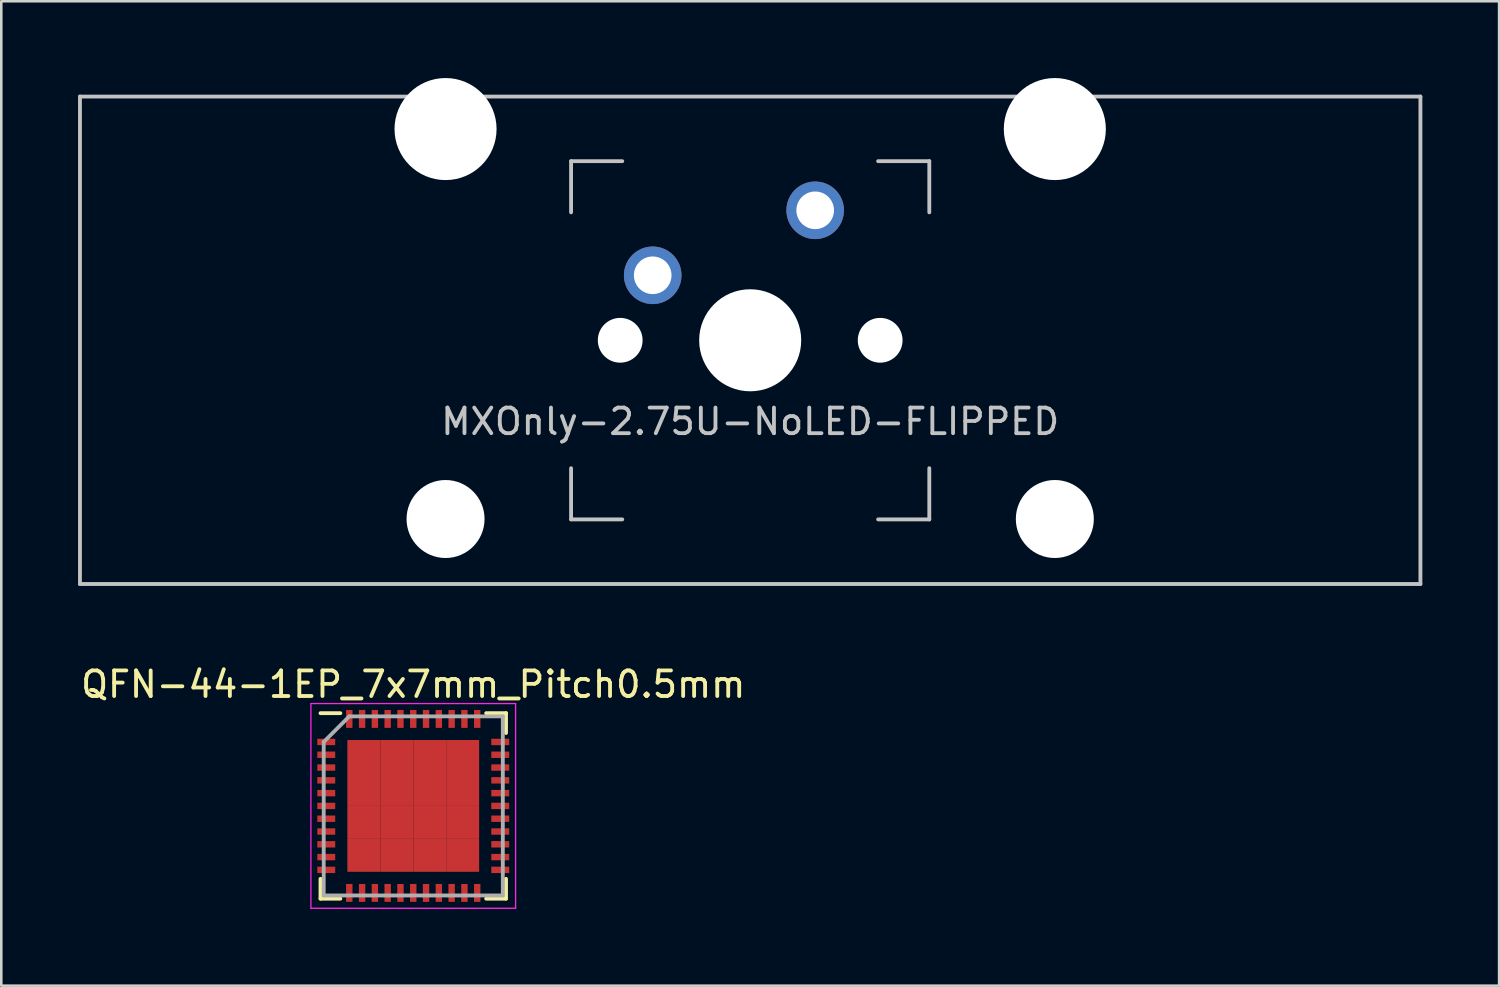
<source format=kicad_pcb>
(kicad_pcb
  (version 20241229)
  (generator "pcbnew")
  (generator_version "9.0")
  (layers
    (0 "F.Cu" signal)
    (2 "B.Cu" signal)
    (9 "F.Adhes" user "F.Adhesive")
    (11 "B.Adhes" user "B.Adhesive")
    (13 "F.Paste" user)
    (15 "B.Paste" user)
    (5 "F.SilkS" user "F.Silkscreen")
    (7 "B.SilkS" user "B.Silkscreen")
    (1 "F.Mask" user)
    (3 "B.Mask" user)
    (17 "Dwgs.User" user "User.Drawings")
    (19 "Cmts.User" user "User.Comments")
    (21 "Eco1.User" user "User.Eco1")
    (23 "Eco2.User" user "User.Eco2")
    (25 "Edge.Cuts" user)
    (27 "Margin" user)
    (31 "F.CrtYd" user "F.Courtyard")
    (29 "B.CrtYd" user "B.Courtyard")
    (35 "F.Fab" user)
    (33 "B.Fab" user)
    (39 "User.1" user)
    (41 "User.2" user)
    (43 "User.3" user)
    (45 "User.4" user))
  (footprint "QFN-44-1EP_7x7mm_Pitch0.5mm"
    (layer "F.Cu")
    (at 13.101 28.447)
    (property "Reference" "QFN-44-1EP_7x7mm_Pitch0.5mm" (at 0 -4.75 0) (layer "F.SilkS") (effects (font (size 1 1) (thickness 0.15))))
    (attr smd)
    (fp_line (start -3.625 -3.625) (end -2.85 -3.625) (stroke (width 0.15) (type solid)) (layer "F.SilkS"))
    (fp_line (start -3.625 3.625) (end -3.625 2.85) (stroke (width 0.15) (type solid)) (layer "F.SilkS"))
    (fp_line (start -3.625 3.625) (end -2.85 3.625) (stroke (width 0.15) (type solid)) (layer "F.SilkS"))
    (fp_line (start 3.625 -3.625) (end 2.85 -3.625) (stroke (width 0.15) (type solid)) (layer "F.SilkS"))
    (fp_line (start 3.625 -3.625) (end 3.625 -2.85) (stroke (width 0.15) (type solid)) (layer "F.SilkS"))
    (fp_line (start 3.625 3.625) (end 2.85 3.625) (stroke (width 0.15) (type solid)) (layer "F.SilkS"))
    (fp_line (start 3.625 3.625) (end 3.625 2.85) (stroke (width 0.15) (type solid)) (layer "F.SilkS"))
    (fp_line (start -4 -4) (end -4 4) (stroke (width 0.05) (type solid)) (layer "F.CrtYd"))
    (fp_line (start -4 -4) (end 4 -4) (stroke (width 0.05) (type solid)) (layer "F.CrtYd"))
    (fp_line (start -4 4) (end 4 4) (stroke (width 0.05) (type solid)) (layer "F.CrtYd"))
    (fp_line (start 4 -4) (end 4 4) (stroke (width 0.05) (type solid)) (layer "F.CrtYd"))
    (fp_line (start -3.5 -2.5) (end -2.5 -3.5) (stroke (width 0.15) (type solid)) (layer "F.Fab"))
    (fp_line (start -3.5 3.5) (end -3.5 -2.5) (stroke (width 0.15) (type solid)) (layer "F.Fab"))
    (fp_line (start -2.5 -3.5) (end 3.5 -3.5) (stroke (width 0.15) (type solid)) (layer "F.Fab"))
    (fp_line (start 3.5 -3.5) (end 3.5 3.5) (stroke (width 0.15) (type solid)) (layer "F.Fab"))
    (fp_line (start 3.5 3.5) (end -3.5 3.5) (stroke (width 0.15) (type solid)) (layer "F.Fab"))
    (pad "1" smd rect (at -3.4 -2.5) (size 0.7 0.25) (layers "F.Cu" "F.Mask" "F.Paste"))
    (pad "2" smd rect (at -3.4 -2) (size 0.7 0.25) (layers "F.Cu" "F.Mask" "F.Paste"))
    (pad "3" smd rect (at -3.4 -1.5) (size 0.7 0.25) (layers "F.Cu" "F.Mask" "F.Paste"))
    (pad "4" smd rect (at -3.4 -1) (size 0.7 0.25) (layers "F.Cu" "F.Mask" "F.Paste"))
    (pad "5" smd rect (at -3.4 -0.5) (size 0.7 0.25) (layers "F.Cu" "F.Mask" "F.Paste"))
    (pad "6" smd rect (at -3.4 0) (size 0.7 0.25) (layers "F.Cu" "F.Mask" "F.Paste"))
    (pad "7" smd rect (at -3.4 0.5) (size 0.7 0.25) (layers "F.Cu" "F.Mask" "F.Paste"))
    (pad "8" smd rect (at -3.4 1) (size 0.7 0.25) (layers "F.Cu" "F.Mask" "F.Paste"))
    (pad "9" smd rect (at -3.4 1.5) (size 0.7 0.25) (layers "F.Cu" "F.Mask" "F.Paste"))
    (pad "10" smd rect (at -3.4 2) (size 0.7 0.25) (layers "F.Cu" "F.Mask" "F.Paste"))
    (pad "11" smd rect (at -3.4 2.5) (size 0.7 0.25) (layers "F.Cu" "F.Mask" "F.Paste"))
    (pad "12" smd rect (at -2.5 3.4 90) (size 0.7 0.25) (layers "F.Cu" "F.Mask" "F.Paste"))
    (pad "13" smd rect (at -2 3.4 90) (size 0.7 0.25) (layers "F.Cu" "F.Mask" "F.Paste"))
    (pad "14" smd rect (at -1.5 3.4 90) (size 0.7 0.25) (layers "F.Cu" "F.Mask" "F.Paste"))
    (pad "15" smd rect (at -1 3.4 90) (size 0.7 0.25) (layers "F.Cu" "F.Mask" "F.Paste"))
    (pad "16" smd rect (at -0.5 3.4 90) (size 0.7 0.25) (layers "F.Cu" "F.Mask" "F.Paste"))
    (pad "17" smd rect (at 0 3.4 90) (size 0.7 0.25) (layers "F.Cu" "F.Mask" "F.Paste"))
    (pad "18" smd rect (at 0.5 3.4 90) (size 0.7 0.25) (layers "F.Cu" "F.Mask" "F.Paste"))
    (pad "19" smd rect (at 1 3.4 90) (size 0.7 0.25) (layers "F.Cu" "F.Mask" "F.Paste"))
    (pad "20" smd rect (at 1.5 3.4 90) (size 0.7 0.25) (layers "F.Cu" "F.Mask" "F.Paste"))
    (pad "21" smd rect (at 2 3.4 90) (size 0.7 0.25) (layers "F.Cu" "F.Mask" "F.Paste"))
    (pad "22" smd rect (at 2.5 3.4 90) (size 0.7 0.25) (layers "F.Cu" "F.Mask" "F.Paste"))
    (pad "23" smd rect (at 3.4 2.5) (size 0.7 0.25) (layers "F.Cu" "F.Mask" "F.Paste"))
    (pad "24" smd rect (at 3.4 2) (size 0.7 0.25) (layers "F.Cu" "F.Mask" "F.Paste"))
    (pad "25" smd rect (at 3.4 1.5) (size 0.7 0.25) (layers "F.Cu" "F.Mask" "F.Paste"))
    (pad "26" smd rect (at 3.4 1) (size 0.7 0.25) (layers "F.Cu" "F.Mask" "F.Paste"))
    (pad "27" smd rect (at 3.4 0.5) (size 0.7 0.25) (layers "F.Cu" "F.Mask" "F.Paste"))
    (pad "28" smd rect (at 3.4 0) (size 0.7 0.25) (layers "F.Cu" "F.Mask" "F.Paste"))
    (pad "29" smd rect (at 3.4 -0.5) (size 0.7 0.25) (layers "F.Cu" "F.Mask" "F.Paste"))
    (pad "30" smd rect (at 3.4 -1) (size 0.7 0.25) (layers "F.Cu" "F.Mask" "F.Paste"))
    (pad "31" smd rect (at 3.4 -1.5) (size 0.7 0.25) (layers "F.Cu" "F.Mask" "F.Paste"))
    (pad "32" smd rect (at 3.4 -2) (size 0.7 0.25) (layers "F.Cu" "F.Mask" "F.Paste"))
    (pad "33" smd rect (at 3.4 -2.5) (size 0.7 0.25) (layers "F.Cu" "F.Mask" "F.Paste"))
    (pad "34" smd rect (at 2.5 -3.4 90) (size 0.7 0.25) (layers "F.Cu" "F.Mask" "F.Paste"))
    (pad "35" smd rect (at 2 -3.4 90) (size 0.7 0.25) (layers "F.Cu" "F.Mask" "F.Paste"))
    (pad "36" smd rect (at 1.5 -3.4 90) (size 0.7 0.25) (layers "F.Cu" "F.Mask" "F.Paste"))
    (pad "37" smd rect (at 1 -3.4 90) (size 0.7 0.25) (layers "F.Cu" "F.Mask" "F.Paste"))
    (pad "38" smd rect (at 0.5 -3.4 90) (size 0.7 0.25) (layers "F.Cu" "F.Mask" "F.Paste"))
    (pad "39" smd rect (at 0 -3.4 90) (size 0.7 0.25) (layers "F.Cu" "F.Mask" "F.Paste"))
    (pad "40" smd rect (at -0.5 -3.4 90) (size 0.7 0.25) (layers "F.Cu" "F.Mask" "F.Paste"))
    (pad "41" smd rect (at -1 -3.4 90) (size 0.7 0.25) (layers "F.Cu" "F.Mask" "F.Paste"))
    (pad "42" smd rect (at -1.5 -3.4 90) (size 0.7 0.25) (layers "F.Cu" "F.Mask" "F.Paste"))
    (pad "43" smd rect (at -2 -3.4 90) (size 0.7 0.25) (layers "F.Cu" "F.Mask" "F.Paste"))
    (pad "44" smd rect (at -2.5 -3.4 90) (size 0.7 0.25) (layers "F.Cu" "F.Mask" "F.Paste"))
    (pad "45" smd rect (at -1.931 -1.931) (size 1.288 1.288) (layers "F.Cu" "F.Mask" "F.Paste"))
    (pad "45" smd rect (at -1.931 -0.644) (size 1.288 1.288) (layers "F.Cu" "F.Mask" "F.Paste"))
    (pad "45" smd rect (at -1.931 0.644) (size 1.288 1.288) (layers "F.Cu" "F.Mask" "F.Paste"))
    (pad "45" smd rect (at -1.931 1.931) (size 1.288 1.288) (layers "F.Cu" "F.Mask" "F.Paste"))
    (pad "45" smd rect (at -0.644 -1.931) (size 1.288 1.288) (layers "F.Cu" "F.Mask" "F.Paste"))
    (pad "45" smd rect (at -0.644 -0.644) (size 1.288 1.288) (layers "F.Cu" "F.Mask" "F.Paste"))
    (pad "45" smd rect (at -0.644 0.644) (size 1.288 1.288) (layers "F.Cu" "F.Mask" "F.Paste"))
    (pad "45" smd rect (at -0.644 1.931) (size 1.288 1.288) (layers "F.Cu" "F.Mask" "F.Paste"))
    (pad "45" smd rect (at 0.644 -1.931) (size 1.288 1.288) (layers "F.Cu" "F.Mask" "F.Paste"))
    (pad "45" smd rect (at 0.644 -0.644) (size 1.288 1.288) (layers "F.Cu" "F.Mask" "F.Paste"))
    (pad "45" smd rect (at 0.644 0.644) (size 1.288 1.288) (layers "F.Cu" "F.Mask" "F.Paste"))
    (pad "45" smd rect (at 0.644 1.931) (size 1.288 1.288) (layers "F.Cu" "F.Mask" "F.Paste"))
    (pad "45" smd rect (at 1.931 -1.931) (size 1.288 1.288) (layers "F.Cu" "F.Mask" "F.Paste"))
    (pad "45" smd rect (at 1.931 -0.644) (size 1.288 1.288) (layers "F.Cu" "F.Mask" "F.Paste"))
    (pad "45" smd rect (at 1.931 0.644) (size 1.288 1.288) (layers "F.Cu" "F.Mask" "F.Paste"))
    (pad "45" smd rect (at 1.931 1.931) (size 1.288 1.288) (layers "F.Cu" "F.Mask" "F.Paste")))
  (footprint "MXOnly-2.75U-NoLED-FLIPPED"
    (layer "F.Cu")
    (at 26.269 10.249)
    (property "Reference" "MXOnly-2.75U-NoLED-FLIPPED" (at 0 3.175 0) (layer "Dwgs.User") (effects (font (size 1 1) (thickness 0.15))))
    (attr through_hole)
    (fp_line (start -26.194 9.525) (end -26.194 -9.525) (stroke (width 0.15) (type solid)) (layer "Dwgs.User"))
    (fp_line (start -7 -7) (end -7 -5) (stroke (width 0.15) (type solid)) (layer "Dwgs.User"))
    (fp_line (start -7 5) (end -7 7) (stroke (width 0.15) (type solid)) (layer "Dwgs.User"))
    (fp_line (start -7 7) (end -5 7) (stroke (width 0.15) (type solid)) (layer "Dwgs.User"))
    (fp_line (start -5 -7) (end -7 -7) (stroke (width 0.15) (type solid)) (layer "Dwgs.User"))
    (fp_line (start 5 -7) (end 7 -7) (stroke (width 0.15) (type solid)) (layer "Dwgs.User"))
    (fp_line (start 5 7) (end 7 7) (stroke (width 0.15) (type solid)) (layer "Dwgs.User"))
    (fp_line (start 7 -7) (end 7 -5) (stroke (width 0.15) (type solid)) (layer "Dwgs.User"))
    (fp_line (start 7 7) (end 7 5) (stroke (width 0.15) (type solid)) (layer "Dwgs.User"))
    (fp_line (start 26.194 -9.525) (end -26.194 -9.525) (stroke (width 0.15) (type solid)) (layer "Dwgs.User"))
    (fp_line (start 26.194 -9.525) (end 26.194 9.525) (stroke (width 0.15) (type solid)) (layer "Dwgs.User"))
    (fp_line (start 26.194 9.525) (end -26.194 9.525) (stroke (width 0.15) (type solid)) (layer "Dwgs.User"))
    (pad "" np_thru_hole circle (at -11.906 -8.255 180) (size 3.988 3.988) (drill 3.988) (layers "*.Cu" "*.Mask"))
    (pad "" np_thru_hole circle (at -11.906 6.985 180) (size 3.048 3.048) (drill 3.048) (layers "*.Cu" "*.Mask"))
    (pad "" np_thru_hole circle (at -5.08 0 48.1) (size 1.75 1.75) (drill 1.75) (layers "*.Cu" "*.Mask"))
    (pad "" np_thru_hole circle (at 0 0) (size 3.988 3.988) (drill 3.988) (layers "*.Cu" "*.Mask"))
    (pad "" np_thru_hole circle (at 5.08 0 48.1) (size 1.75 1.75) (drill 1.75) (layers "*.Cu" "*.Mask"))
    (pad "" np_thru_hole circle (at 11.906 -8.255 180) (size 3.988 3.988) (drill 3.988) (layers "*.Cu" "*.Mask"))
    (pad "" np_thru_hole circle (at 11.906 6.985 180) (size 3.048 3.048) (drill 3.048) (layers "*.Cu" "*.Mask"))
    (pad "1" thru_hole circle (at -3.81 -2.54) (size 2.25 2.25) (drill 1.47) (layers "*.Cu" "B.Mask"))
    (pad "2" thru_hole circle (at 2.54 -5.08) (size 2.25 2.25) (drill 1.47) (layers "*.Cu" "B.Mask")))
  (gr_rect
    (start -3 -3)
    (end 55.538 35.472)
    (stroke (width 0.1) (type default))
    (fill no)
    (layer "Edge.Cuts")))
</source>
